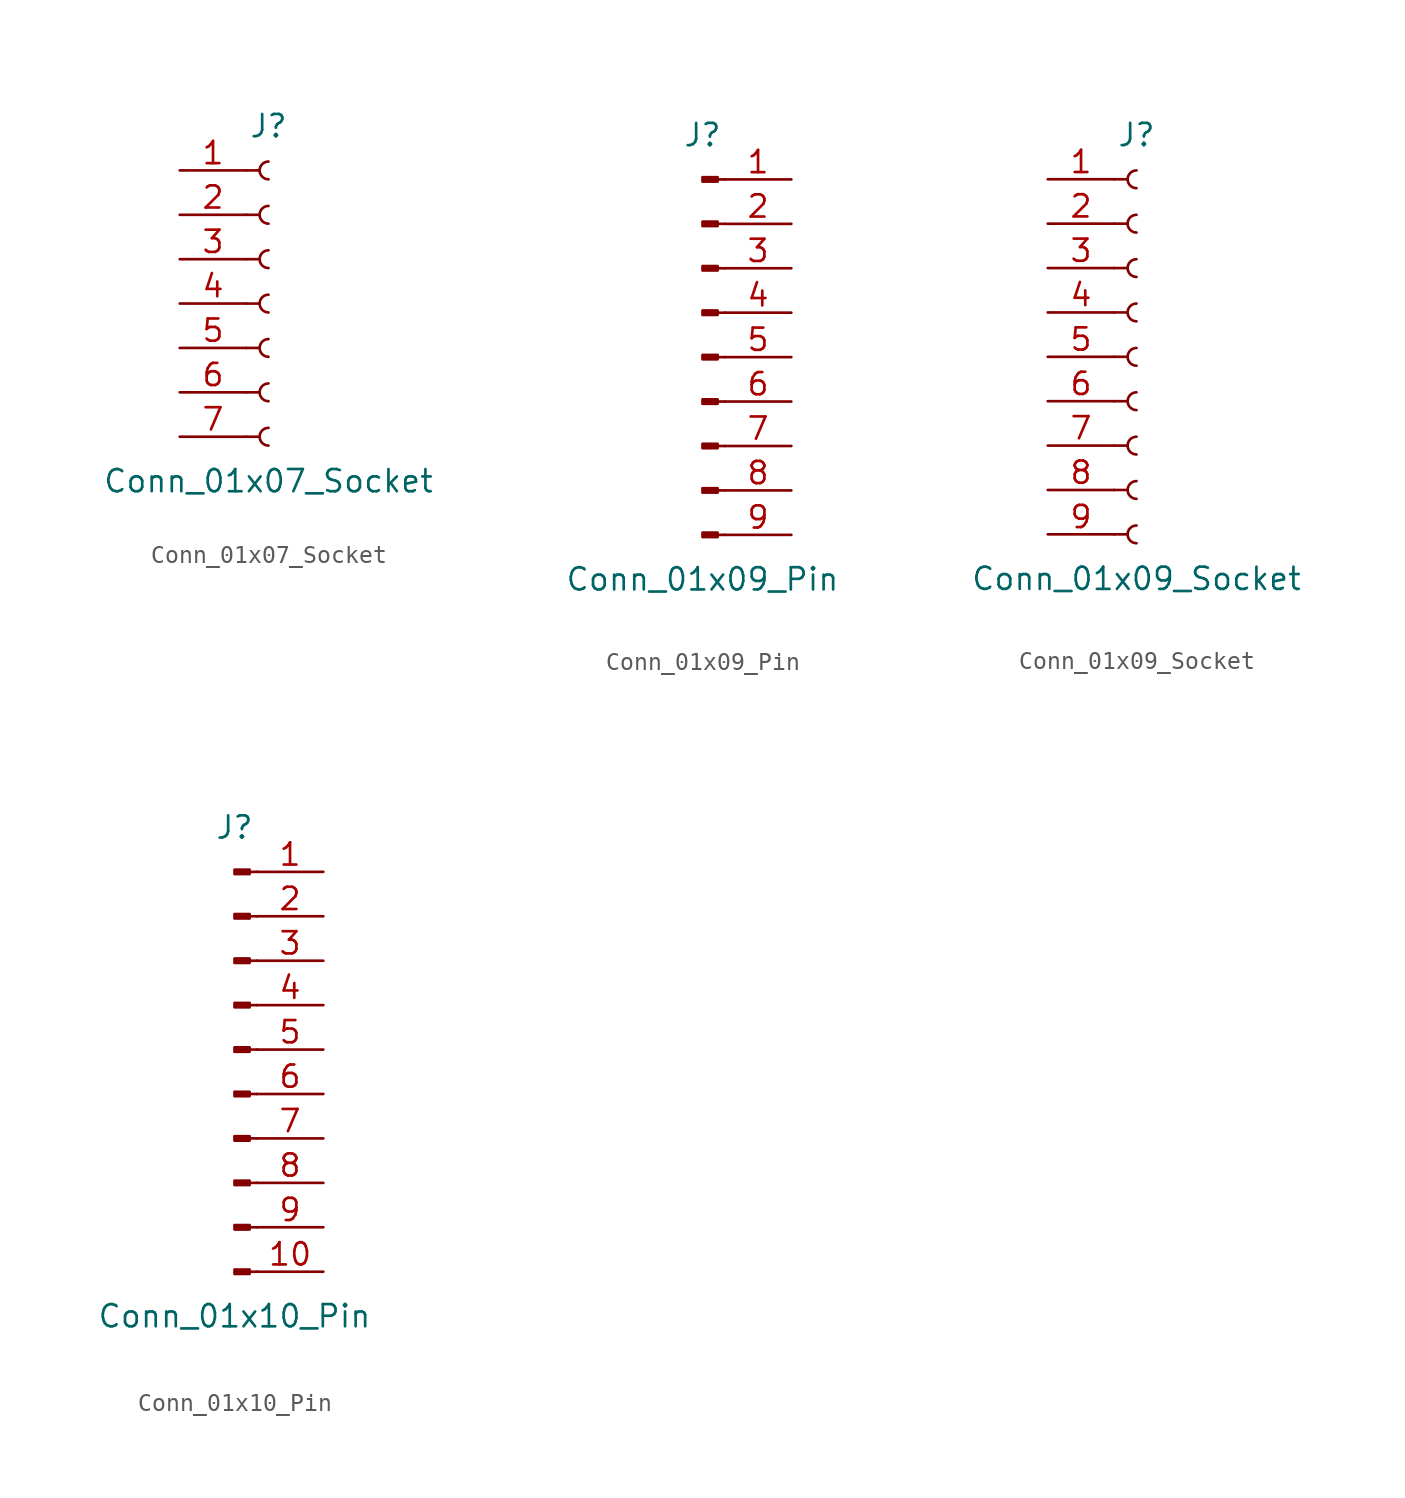
<source format=kicad_sym>
(kicad_symbol_lib
  (version 20241209)
  (generator "kicad_symbol_editor")
  (generator_version "9.0")
  (symbol "Conn_01x07_Socket"
    (pin_names
      (offset 1.016)
      (hide yes))
    (property "Reference" "J"
      (at 0 10.16 0)
      (effects (font (size 1.27 1.27))))
    (property "Value" "Conn_01x07_Socket"
      (at 0 -10.16 0)
      (effects (font (size 1.27 1.27))))
    (property "ki_locked" ""
      (at 0 0 0)
      (effects (font (size 1.27 1.27))))
    (symbol "Conn_01x07_Socket_1_1"
      (polyline (pts (xy -1.27 7.62) (xy -0.508 7.62)) (stroke (width 0.152) (type default)) (fill (type none)))
      (polyline (pts (xy -1.27 5.08) (xy -0.508 5.08)) (stroke (width 0.152) (type default)) (fill (type none)))
      (polyline (pts (xy -1.27 2.54) (xy -0.508 2.54)) (stroke (width 0.152) (type default)) (fill (type none)))
      (polyline (pts (xy -1.27 0) (xy -0.508 0)) (stroke (width 0.152) (type default)) (fill (type none)))
      (polyline (pts (xy -1.27 -2.54) (xy -0.508 -2.54)) (stroke (width 0.152) (type default)) (fill (type none)))
      (polyline (pts (xy -1.27 -5.08) (xy -0.508 -5.08)) (stroke (width 0.152) (type default)) (fill (type none)))
      (polyline (pts (xy -1.27 -7.62) (xy -0.508 -7.62)) (stroke (width 0.152) (type default)) (fill (type none)))
      (arc (start 0 7.112) (mid -0.5058 7.62) (end 0 8.128) (stroke (width 0.1524) (type default)) (fill (type none)))
      (arc (start 0 4.572) (mid -0.5058 5.08) (end 0 5.588) (stroke (width 0.1524) (type default)) (fill (type none)))
      (arc (start 0 2.032) (mid -0.5058 2.54) (end 0 3.048) (stroke (width 0.1524) (type default)) (fill (type none)))
      (arc (start 0 -0.508) (mid -0.5058 0) (end 0 0.508) (stroke (width 0.1524) (type default)) (fill (type none)))
      (arc (start 0 -3.048) (mid -0.5058 -2.54) (end 0 -2.032) (stroke (width 0.1524) (type default)) (fill (type none)))
      (arc (start 0 -5.588) (mid -0.5058 -5.08) (end 0 -4.572) (stroke (width 0.1524) (type default)) (fill (type none)))
      (arc (start 0 -8.128) (mid -0.5058 -7.62) (end 0 -7.112) (stroke (width 0.1524) (type default)) (fill (type none)))
      (pin passive line (at -5.08 7.62 0) (length 3.81) (name "Pin_1" (effects (font (size 1.27 1.27)))) (number "1" (effects (font (size 1.27 1.27)))))
      (pin passive line (at -5.08 5.08 0) (length 3.81) (name "Pin_2" (effects (font (size 1.27 1.27)))) (number "2" (effects (font (size 1.27 1.27)))))
      (pin passive line (at -5.08 2.54 0) (length 3.81) (name "Pin_3" (effects (font (size 1.27 1.27)))) (number "3" (effects (font (size 1.27 1.27)))))
      (pin passive line (at -5.08 0 0) (length 3.81) (name "Pin_4" (effects (font (size 1.27 1.27)))) (number "4" (effects (font (size 1.27 1.27)))))
      (pin passive line (at -5.08 -2.54 0) (length 3.81) (name "Pin_5" (effects (font (size 1.27 1.27)))) (number "5" (effects (font (size 1.27 1.27)))))
      (pin passive line (at -5.08 -5.08 0) (length 3.81) (name "Pin_6" (effects (font (size 1.27 1.27)))) (number "6" (effects (font (size 1.27 1.27)))))
      (pin passive line (at -5.08 -7.62 0) (length 3.81) (name "Pin_7" (effects (font (size 1.27 1.27)))) (number "7" (effects (font (size 1.27 1.27)))))))
  (symbol "Conn_01x09_Pin"
    (pin_names
      (offset 1.016)
      (hide yes))
    (property "Reference" "J"
      (at 0 12.7 0)
      (effects (font (size 1.27 1.27))))
    (property "Value" "Conn_01x09_Pin"
      (at 0 -12.7 0)
      (effects (font (size 1.27 1.27))))
    (property "ki_locked" ""
      (at 0 0 0)
      (effects (font (size 1.27 1.27))))
    (symbol "Conn_01x09_Pin_1_1"
      (rectangle (start 0.864 10.287) (end 0 10.033) (stroke (width 0.152) (type default)) (fill (type outline)))
      (rectangle (start 0.864 7.747) (end 0 7.493) (stroke (width 0.152) (type default)) (fill (type outline)))
      (rectangle (start 0.864 5.207) (end 0 4.953) (stroke (width 0.152) (type default)) (fill (type outline)))
      (rectangle (start 0.864 2.667) (end 0 2.413) (stroke (width 0.152) (type default)) (fill (type outline)))
      (rectangle (start 0.864 0.127) (end 0 -0.127) (stroke (width 0.152) (type default)) (fill (type outline)))
      (rectangle (start 0.864 -2.413) (end 0 -2.667) (stroke (width 0.152) (type default)) (fill (type outline)))
      (rectangle (start 0.864 -4.953) (end 0 -5.207) (stroke (width 0.152) (type default)) (fill (type outline)))
      (rectangle (start 0.864 -7.493) (end 0 -7.747) (stroke (width 0.152) (type default)) (fill (type outline)))
      (rectangle (start 0.864 -10.033) (end 0 -10.287) (stroke (width 0.152) (type default)) (fill (type outline)))
      (polyline (pts (xy 1.27 10.16) (xy 0.864 10.16)) (stroke (width 0.152) (type default)) (fill (type none)))
      (polyline (pts (xy 1.27 7.62) (xy 0.864 7.62)) (stroke (width 0.152) (type default)) (fill (type none)))
      (polyline (pts (xy 1.27 5.08) (xy 0.864 5.08)) (stroke (width 0.152) (type default)) (fill (type none)))
      (polyline (pts (xy 1.27 2.54) (xy 0.864 2.54)) (stroke (width 0.152) (type default)) (fill (type none)))
      (polyline (pts (xy 1.27 0) (xy 0.864 0)) (stroke (width 0.152) (type default)) (fill (type none)))
      (polyline (pts (xy 1.27 -2.54) (xy 0.864 -2.54)) (stroke (width 0.152) (type default)) (fill (type none)))
      (polyline (pts (xy 1.27 -5.08) (xy 0.864 -5.08)) (stroke (width 0.152) (type default)) (fill (type none)))
      (polyline (pts (xy 1.27 -7.62) (xy 0.864 -7.62)) (stroke (width 0.152) (type default)) (fill (type none)))
      (polyline (pts (xy 1.27 -10.16) (xy 0.864 -10.16)) (stroke (width 0.152) (type default)) (fill (type none)))
      (pin passive line (at 5.08 10.16 180) (length 3.81) (name "Pin_1" (effects (font (size 1.27 1.27)))) (number "1" (effects (font (size 1.27 1.27)))))
      (pin passive line (at 5.08 7.62 180) (length 3.81) (name "Pin_2" (effects (font (size 1.27 1.27)))) (number "2" (effects (font (size 1.27 1.27)))))
      (pin passive line (at 5.08 5.08 180) (length 3.81) (name "Pin_3" (effects (font (size 1.27 1.27)))) (number "3" (effects (font (size 1.27 1.27)))))
      (pin passive line (at 5.08 2.54 180) (length 3.81) (name "Pin_4" (effects (font (size 1.27 1.27)))) (number "4" (effects (font (size 1.27 1.27)))))
      (pin passive line (at 5.08 0 180) (length 3.81) (name "Pin_5" (effects (font (size 1.27 1.27)))) (number "5" (effects (font (size 1.27 1.27)))))
      (pin passive line (at 5.08 -2.54 180) (length 3.81) (name "Pin_6" (effects (font (size 1.27 1.27)))) (number "6" (effects (font (size 1.27 1.27)))))
      (pin passive line (at 5.08 -5.08 180) (length 3.81) (name "Pin_7" (effects (font (size 1.27 1.27)))) (number "7" (effects (font (size 1.27 1.27)))))
      (pin passive line (at 5.08 -7.62 180) (length 3.81) (name "Pin_8" (effects (font (size 1.27 1.27)))) (number "8" (effects (font (size 1.27 1.27)))))
      (pin passive line (at 5.08 -10.16 180) (length 3.81) (name "Pin_9" (effects (font (size 1.27 1.27)))) (number "9" (effects (font (size 1.27 1.27)))))))
  (symbol "Conn_01x09_Socket"
    (pin_names
      (offset 1.016)
      (hide yes))
    (property "Reference" "J"
      (at 0 12.7 0)
      (effects (font (size 1.27 1.27))))
    (property "Value" "Conn_01x09_Socket"
      (at 0 -12.7 0)
      (effects (font (size 1.27 1.27))))
    (property "ki_locked" ""
      (at 0 0 0)
      (effects (font (size 1.27 1.27))))
    (symbol "Conn_01x09_Socket_1_1"
      (polyline (pts (xy -1.27 10.16) (xy -0.508 10.16)) (stroke (width 0.152) (type default)) (fill (type none)))
      (polyline (pts (xy -1.27 7.62) (xy -0.508 7.62)) (stroke (width 0.152) (type default)) (fill (type none)))
      (polyline (pts (xy -1.27 5.08) (xy -0.508 5.08)) (stroke (width 0.152) (type default)) (fill (type none)))
      (polyline (pts (xy -1.27 2.54) (xy -0.508 2.54)) (stroke (width 0.152) (type default)) (fill (type none)))
      (polyline (pts (xy -1.27 0) (xy -0.508 0)) (stroke (width 0.152) (type default)) (fill (type none)))
      (polyline (pts (xy -1.27 -2.54) (xy -0.508 -2.54)) (stroke (width 0.152) (type default)) (fill (type none)))
      (polyline (pts (xy -1.27 -5.08) (xy -0.508 -5.08)) (stroke (width 0.152) (type default)) (fill (type none)))
      (polyline (pts (xy -1.27 -7.62) (xy -0.508 -7.62)) (stroke (width 0.152) (type default)) (fill (type none)))
      (polyline (pts (xy -1.27 -10.16) (xy -0.508 -10.16)) (stroke (width 0.152) (type default)) (fill (type none)))
      (arc (start 0 9.652) (mid -0.5058 10.16) (end 0 10.668) (stroke (width 0.1524) (type default)) (fill (type none)))
      (arc (start 0 7.112) (mid -0.5058 7.62) (end 0 8.128) (stroke (width 0.1524) (type default)) (fill (type none)))
      (arc (start 0 4.572) (mid -0.5058 5.08) (end 0 5.588) (stroke (width 0.1524) (type default)) (fill (type none)))
      (arc (start 0 2.032) (mid -0.5058 2.54) (end 0 3.048) (stroke (width 0.1524) (type default)) (fill (type none)))
      (arc (start 0 -0.508) (mid -0.5058 0) (end 0 0.508) (stroke (width 0.1524) (type default)) (fill (type none)))
      (arc (start 0 -3.048) (mid -0.5058 -2.54) (end 0 -2.032) (stroke (width 0.1524) (type default)) (fill (type none)))
      (arc (start 0 -5.588) (mid -0.5058 -5.08) (end 0 -4.572) (stroke (width 0.1524) (type default)) (fill (type none)))
      (arc (start 0 -8.128) (mid -0.5058 -7.62) (end 0 -7.112) (stroke (width 0.1524) (type default)) (fill (type none)))
      (arc (start 0 -10.668) (mid -0.5058 -10.16) (end 0 -9.652) (stroke (width 0.1524) (type default)) (fill (type none)))
      (pin passive line (at -5.08 10.16 0) (length 3.81) (name "Pin_1" (effects (font (size 1.27 1.27)))) (number "1" (effects (font (size 1.27 1.27)))))
      (pin passive line (at -5.08 7.62 0) (length 3.81) (name "Pin_2" (effects (font (size 1.27 1.27)))) (number "2" (effects (font (size 1.27 1.27)))))
      (pin passive line (at -5.08 5.08 0) (length 3.81) (name "Pin_3" (effects (font (size 1.27 1.27)))) (number "3" (effects (font (size 1.27 1.27)))))
      (pin passive line (at -5.08 2.54 0) (length 3.81) (name "Pin_4" (effects (font (size 1.27 1.27)))) (number "4" (effects (font (size 1.27 1.27)))))
      (pin passive line (at -5.08 0 0) (length 3.81) (name "Pin_5" (effects (font (size 1.27 1.27)))) (number "5" (effects (font (size 1.27 1.27)))))
      (pin passive line (at -5.08 -2.54 0) (length 3.81) (name "Pin_6" (effects (font (size 1.27 1.27)))) (number "6" (effects (font (size 1.27 1.27)))))
      (pin passive line (at -5.08 -5.08 0) (length 3.81) (name "Pin_7" (effects (font (size 1.27 1.27)))) (number "7" (effects (font (size 1.27 1.27)))))
      (pin passive line (at -5.08 -7.62 0) (length 3.81) (name "Pin_8" (effects (font (size 1.27 1.27)))) (number "8" (effects (font (size 1.27 1.27)))))
      (pin passive line (at -5.08 -10.16 0) (length 3.81) (name "Pin_9" (effects (font (size 1.27 1.27)))) (number "9" (effects (font (size 1.27 1.27)))))))
  (symbol "Conn_01x10_Pin"
    (pin_names
      (offset 1.016)
      (hide yes))
    (property "Reference" "J"
      (at 0 12.7 0)
      (effects (font (size 1.27 1.27))))
    (property "Value" "Conn_01x10_Pin"
      (at 0 -15.24 0)
      (effects (font (size 1.27 1.27))))
    (property "ki_locked" ""
      (at 0 0 0)
      (effects (font (size 1.27 1.27))))
    (symbol "Conn_01x10_Pin_1_1"
      (rectangle (start 0.864 10.287) (end 0 10.033) (stroke (width 0.152) (type default)) (fill (type outline)))
      (rectangle (start 0.864 7.747) (end 0 7.493) (stroke (width 0.152) (type default)) (fill (type outline)))
      (rectangle (start 0.864 5.207) (end 0 4.953) (stroke (width 0.152) (type default)) (fill (type outline)))
      (rectangle (start 0.864 2.667) (end 0 2.413) (stroke (width 0.152) (type default)) (fill (type outline)))
      (rectangle (start 0.864 0.127) (end 0 -0.127) (stroke (width 0.152) (type default)) (fill (type outline)))
      (rectangle (start 0.864 -2.413) (end 0 -2.667) (stroke (width 0.152) (type default)) (fill (type outline)))
      (rectangle (start 0.864 -4.953) (end 0 -5.207) (stroke (width 0.152) (type default)) (fill (type outline)))
      (rectangle (start 0.864 -7.493) (end 0 -7.747) (stroke (width 0.152) (type default)) (fill (type outline)))
      (rectangle (start 0.864 -10.033) (end 0 -10.287) (stroke (width 0.152) (type default)) (fill (type outline)))
      (rectangle (start 0.864 -12.573) (end 0 -12.827) (stroke (width 0.152) (type default)) (fill (type outline)))
      (polyline (pts (xy 1.27 10.16) (xy 0.864 10.16)) (stroke (width 0.152) (type default)) (fill (type none)))
      (polyline (pts (xy 1.27 7.62) (xy 0.864 7.62)) (stroke (width 0.152) (type default)) (fill (type none)))
      (polyline (pts (xy 1.27 5.08) (xy 0.864 5.08)) (stroke (width 0.152) (type default)) (fill (type none)))
      (polyline (pts (xy 1.27 2.54) (xy 0.864 2.54)) (stroke (width 0.152) (type default)) (fill (type none)))
      (polyline (pts (xy 1.27 0) (xy 0.864 0)) (stroke (width 0.152) (type default)) (fill (type none)))
      (polyline (pts (xy 1.27 -2.54) (xy 0.864 -2.54)) (stroke (width 0.152) (type default)) (fill (type none)))
      (polyline (pts (xy 1.27 -5.08) (xy 0.864 -5.08)) (stroke (width 0.152) (type default)) (fill (type none)))
      (polyline (pts (xy 1.27 -7.62) (xy 0.864 -7.62)) (stroke (width 0.152) (type default)) (fill (type none)))
      (polyline (pts (xy 1.27 -10.16) (xy 0.864 -10.16)) (stroke (width 0.152) (type default)) (fill (type none)))
      (polyline (pts (xy 1.27 -12.7) (xy 0.864 -12.7)) (stroke (width 0.152) (type default)) (fill (type none)))
      (pin passive line (at 5.08 10.16 180) (length 3.81) (name "Pin_1" (effects (font (size 1.27 1.27)))) (number "1" (effects (font (size 1.27 1.27)))))
      (pin passive line (at 5.08 7.62 180) (length 3.81) (name "Pin_2" (effects (font (size 1.27 1.27)))) (number "2" (effects (font (size 1.27 1.27)))))
      (pin passive line (at 5.08 5.08 180) (length 3.81) (name "Pin_3" (effects (font (size 1.27 1.27)))) (number "3" (effects (font (size 1.27 1.27)))))
      (pin passive line (at 5.08 2.54 180) (length 3.81) (name "Pin_4" (effects (font (size 1.27 1.27)))) (number "4" (effects (font (size 1.27 1.27)))))
      (pin passive line (at 5.08 0 180) (length 3.81) (name "Pin_5" (effects (font (size 1.27 1.27)))) (number "5" (effects (font (size 1.27 1.27)))))
      (pin passive line (at 5.08 -2.54 180) (length 3.81) (name "Pin_6" (effects (font (size 1.27 1.27)))) (number "6" (effects (font (size 1.27 1.27)))))
      (pin passive line (at 5.08 -5.08 180) (length 3.81) (name "Pin_7" (effects (font (size 1.27 1.27)))) (number "7" (effects (font (size 1.27 1.27)))))
      (pin passive line (at 5.08 -7.62 180) (length 3.81) (name "Pin_8" (effects (font (size 1.27 1.27)))) (number "8" (effects (font (size 1.27 1.27)))))
      (pin passive line (at 5.08 -10.16 180) (length 3.81) (name "Pin_9" (effects (font (size 1.27 1.27)))) (number "9" (effects (font (size 1.27 1.27)))))
      (pin passive line (at 5.08 -12.7 180) (length 3.81) (name "Pin_10" (effects (font (size 1.27 1.27)))) (number "10" (effects (font (size 1.27 1.27))))))))
</source>
